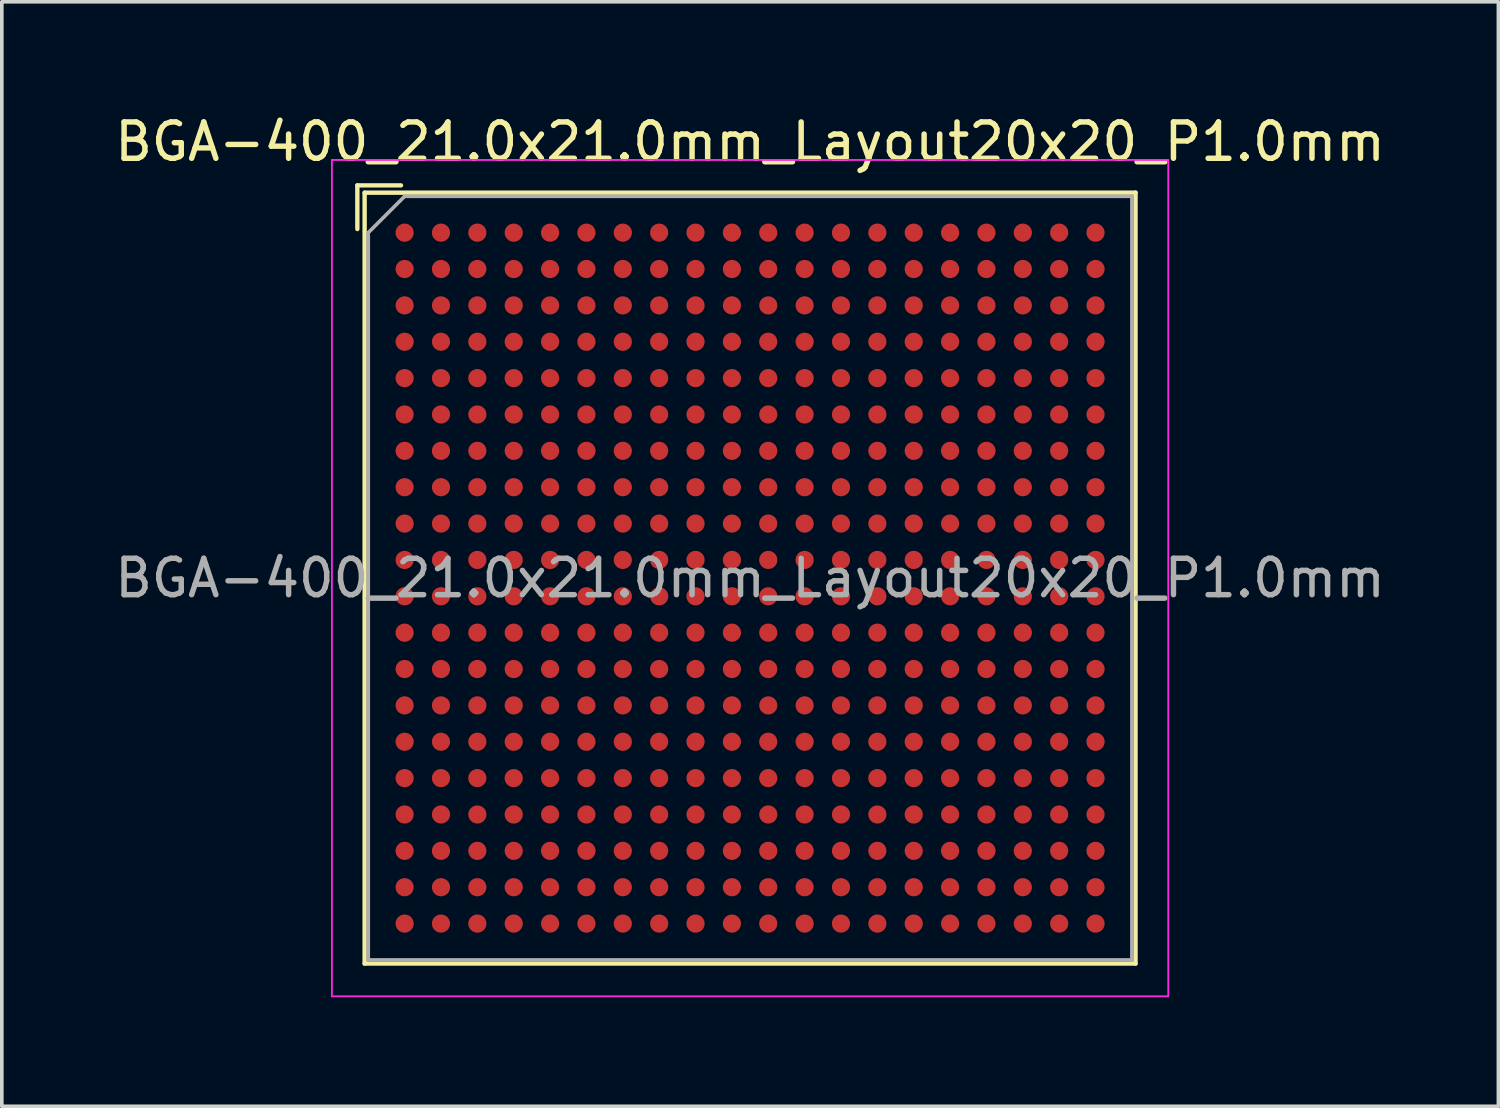
<source format=kicad_pcb>
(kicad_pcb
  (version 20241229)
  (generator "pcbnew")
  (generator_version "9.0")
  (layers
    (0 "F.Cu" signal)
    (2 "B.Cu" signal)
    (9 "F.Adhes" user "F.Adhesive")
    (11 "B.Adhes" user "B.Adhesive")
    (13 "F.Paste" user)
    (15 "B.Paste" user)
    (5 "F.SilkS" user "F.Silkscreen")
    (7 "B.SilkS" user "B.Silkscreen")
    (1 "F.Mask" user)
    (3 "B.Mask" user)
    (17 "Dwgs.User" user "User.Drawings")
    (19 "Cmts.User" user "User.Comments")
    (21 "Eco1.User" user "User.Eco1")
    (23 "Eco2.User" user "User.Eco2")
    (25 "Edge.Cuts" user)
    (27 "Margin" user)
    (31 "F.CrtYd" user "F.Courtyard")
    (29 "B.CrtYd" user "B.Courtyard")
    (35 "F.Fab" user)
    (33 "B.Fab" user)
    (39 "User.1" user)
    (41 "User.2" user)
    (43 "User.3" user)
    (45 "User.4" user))
  (footprint "BGA-400_21.0x21.0mm_Layout20x20_P1.0mm"
    (layer "F.Cu")
    (at 17.577 12.848)
    (property "Reference" "BGA-400_21.0x21.0mm_Layout20x20_P1.0mm" (at 0 -12 0) (layer "F.SilkS") (effects (font (size 1 1) (thickness 0.15))))
    (attr smd)
    (fp_line (start -10.8 -10.8) (end -9.6 -10.8) (stroke (width 0.12) (type solid)) (layer "F.SilkS"))
    (fp_line (start -10.8 -9.6) (end -10.8 -10.8) (stroke (width 0.12) (type solid)) (layer "F.SilkS"))
    (fp_line (start -10.6 -10.6) (end 10.6 -10.6) (stroke (width 0.12) (type solid)) (layer "F.SilkS"))
    (fp_line (start -10.6 10.6) (end -10.6 -10.6) (stroke (width 0.12) (type solid)) (layer "F.SilkS"))
    (fp_line (start 10.6 -10.6) (end 10.6 10.6) (stroke (width 0.12) (type solid)) (layer "F.SilkS"))
    (fp_line (start 10.6 10.6) (end -10.6 10.6) (stroke (width 0.12) (type solid)) (layer "F.SilkS"))
    (fp_line (start -11.5 -11.5) (end -11.5 11.5) (stroke (width 0.05) (type solid)) (layer "F.CrtYd"))
    (fp_line (start -11.5 -11.5) (end 11.5 -11.5) (stroke (width 0.05) (type solid)) (layer "F.CrtYd"))
    (fp_line (start 11.5 11.5) (end -11.5 11.5) (stroke (width 0.05) (type solid)) (layer "F.CrtYd"))
    (fp_line (start 11.5 11.5) (end 11.5 -11.5) (stroke (width 0.05) (type solid)) (layer "F.CrtYd"))
    (fp_line (start -10.5 -9.5) (end -9.5 -10.5) (stroke (width 0.1) (type solid)) (layer "F.Fab"))
    (fp_line (start -10.5 10.5) (end -10.5 -9.5) (stroke (width 0.1) (type solid)) (layer "F.Fab"))
    (fp_line (start -9.5 -10.5) (end 10.5 -10.5) (stroke (width 0.1) (type solid)) (layer "F.Fab"))
    (fp_line (start 10.5 -10.5) (end 10.5 10.5) (stroke (width 0.1) (type solid)) (layer "F.Fab"))
    (fp_line (start 10.5 10.5) (end -10.5 10.5) (stroke (width 0.1) (type solid)) (layer "F.Fab"))
    (fp_text user "${REFERENCE}" (at 0 0 0) (layer "F.Fab") (effects (font (size 1 1) (thickness 0.15))))
    (pad "A1" smd circle (at -9.5 -9.5) (size 0.5 0.5) (layers "F.Cu" "F.Mask" "F.Paste"))
    (pad "A2" smd circle (at -8.5 -9.5) (size 0.5 0.5) (layers "F.Cu" "F.Mask" "F.Paste"))
    (pad "A3" smd circle (at -7.5 -9.5) (size 0.5 0.5) (layers "F.Cu" "F.Mask" "F.Paste"))
    (pad "A4" smd circle (at -6.5 -9.5) (size 0.5 0.5) (layers "F.Cu" "F.Mask" "F.Paste"))
    (pad "A5" smd circle (at -5.5 -9.5) (size 0.5 0.5) (layers "F.Cu" "F.Mask" "F.Paste"))
    (pad "A6" smd circle (at -4.5 -9.5) (size 0.5 0.5) (layers "F.Cu" "F.Mask" "F.Paste"))
    (pad "A7" smd circle (at -3.5 -9.5) (size 0.5 0.5) (layers "F.Cu" "F.Mask" "F.Paste"))
    (pad "A8" smd circle (at -2.5 -9.5) (size 0.5 0.5) (layers "F.Cu" "F.Mask" "F.Paste"))
    (pad "A9" smd circle (at -1.5 -9.5) (size 0.5 0.5) (layers "F.Cu" "F.Mask" "F.Paste"))
    (pad "A10" smd circle (at -0.5 -9.5) (size 0.5 0.5) (layers "F.Cu" "F.Mask" "F.Paste"))
    (pad "A11" smd circle (at 0.5 -9.5) (size 0.5 0.5) (layers "F.Cu" "F.Mask" "F.Paste"))
    (pad "A12" smd circle (at 1.5 -9.5) (size 0.5 0.5) (layers "F.Cu" "F.Mask" "F.Paste"))
    (pad "A13" smd circle (at 2.5 -9.5) (size 0.5 0.5) (layers "F.Cu" "F.Mask" "F.Paste"))
    (pad "A14" smd circle (at 3.5 -9.5) (size 0.5 0.5) (layers "F.Cu" "F.Mask" "F.Paste"))
    (pad "A15" smd circle (at 4.5 -9.5) (size 0.5 0.5) (layers "F.Cu" "F.Mask" "F.Paste"))
    (pad "A16" smd circle (at 5.5 -9.5) (size 0.5 0.5) (layers "F.Cu" "F.Mask" "F.Paste"))
    (pad "A17" smd circle (at 6.5 -9.5) (size 0.5 0.5) (layers "F.Cu" "F.Mask" "F.Paste"))
    (pad "A18" smd circle (at 7.5 -9.5) (size 0.5 0.5) (layers "F.Cu" "F.Mask" "F.Paste"))
    (pad "A19" smd circle (at 8.5 -9.5) (size 0.5 0.5) (layers "F.Cu" "F.Mask" "F.Paste"))
    (pad "A20" smd circle (at 9.5 -9.5) (size 0.5 0.5) (layers "F.Cu" "F.Mask" "F.Paste"))
    (pad "B1" smd circle (at -9.5 -8.5) (size 0.5 0.5) (layers "F.Cu" "F.Mask" "F.Paste"))
    (pad "B2" smd circle (at -8.5 -8.5) (size 0.5 0.5) (layers "F.Cu" "F.Mask" "F.Paste"))
    (pad "B3" smd circle (at -7.5 -8.5) (size 0.5 0.5) (layers "F.Cu" "F.Mask" "F.Paste"))
    (pad "B4" smd circle (at -6.5 -8.5) (size 0.5 0.5) (layers "F.Cu" "F.Mask" "F.Paste"))
    (pad "B5" smd circle (at -5.5 -8.5) (size 0.5 0.5) (layers "F.Cu" "F.Mask" "F.Paste"))
    (pad "B6" smd circle (at -4.5 -8.5) (size 0.5 0.5) (layers "F.Cu" "F.Mask" "F.Paste"))
    (pad "B7" smd circle (at -3.5 -8.5) (size 0.5 0.5) (layers "F.Cu" "F.Mask" "F.Paste"))
    (pad "B8" smd circle (at -2.5 -8.5) (size 0.5 0.5) (layers "F.Cu" "F.Mask" "F.Paste"))
    (pad "B9" smd circle (at -1.5 -8.5) (size 0.5 0.5) (layers "F.Cu" "F.Mask" "F.Paste"))
    (pad "B10" smd circle (at -0.5 -8.5) (size 0.5 0.5) (layers "F.Cu" "F.Mask" "F.Paste"))
    (pad "B11" smd circle (at 0.5 -8.5) (size 0.5 0.5) (layers "F.Cu" "F.Mask" "F.Paste"))
    (pad "B12" smd circle (at 1.5 -8.5) (size 0.5 0.5) (layers "F.Cu" "F.Mask" "F.Paste"))
    (pad "B13" smd circle (at 2.5 -8.5) (size 0.5 0.5) (layers "F.Cu" "F.Mask" "F.Paste"))
    (pad "B14" smd circle (at 3.5 -8.5) (size 0.5 0.5) (layers "F.Cu" "F.Mask" "F.Paste"))
    (pad "B15" smd circle (at 4.5 -8.5) (size 0.5 0.5) (layers "F.Cu" "F.Mask" "F.Paste"))
    (pad "B16" smd circle (at 5.5 -8.5) (size 0.5 0.5) (layers "F.Cu" "F.Mask" "F.Paste"))
    (pad "B17" smd circle (at 6.5 -8.5) (size 0.5 0.5) (layers "F.Cu" "F.Mask" "F.Paste"))
    (pad "B18" smd circle (at 7.5 -8.5) (size 0.5 0.5) (layers "F.Cu" "F.Mask" "F.Paste"))
    (pad "B19" smd circle (at 8.5 -8.5) (size 0.5 0.5) (layers "F.Cu" "F.Mask" "F.Paste"))
    (pad "B20" smd circle (at 9.5 -8.5) (size 0.5 0.5) (layers "F.Cu" "F.Mask" "F.Paste"))
    (pad "C1" smd circle (at -9.5 -7.5) (size 0.5 0.5) (layers "F.Cu" "F.Mask" "F.Paste"))
    (pad "C2" smd circle (at -8.5 -7.5) (size 0.5 0.5) (layers "F.Cu" "F.Mask" "F.Paste"))
    (pad "C3" smd circle (at -7.5 -7.5) (size 0.5 0.5) (layers "F.Cu" "F.Mask" "F.Paste"))
    (pad "C4" smd circle (at -6.5 -7.5) (size 0.5 0.5) (layers "F.Cu" "F.Mask" "F.Paste"))
    (pad "C5" smd circle (at -5.5 -7.5) (size 0.5 0.5) (layers "F.Cu" "F.Mask" "F.Paste"))
    (pad "C6" smd circle (at -4.5 -7.5) (size 0.5 0.5) (layers "F.Cu" "F.Mask" "F.Paste"))
    (pad "C7" smd circle (at -3.5 -7.5) (size 0.5 0.5) (layers "F.Cu" "F.Mask" "F.Paste"))
    (pad "C8" smd circle (at -2.5 -7.5) (size 0.5 0.5) (layers "F.Cu" "F.Mask" "F.Paste"))
    (pad "C9" smd circle (at -1.5 -7.5) (size 0.5 0.5) (layers "F.Cu" "F.Mask" "F.Paste"))
    (pad "C10" smd circle (at -0.5 -7.5) (size 0.5 0.5) (layers "F.Cu" "F.Mask" "F.Paste"))
    (pad "C11" smd circle (at 0.5 -7.5) (size 0.5 0.5) (layers "F.Cu" "F.Mask" "F.Paste"))
    (pad "C12" smd circle (at 1.5 -7.5) (size 0.5 0.5) (layers "F.Cu" "F.Mask" "F.Paste"))
    (pad "C13" smd circle (at 2.5 -7.5) (size 0.5 0.5) (layers "F.Cu" "F.Mask" "F.Paste"))
    (pad "C14" smd circle (at 3.5 -7.5) (size 0.5 0.5) (layers "F.Cu" "F.Mask" "F.Paste"))
    (pad "C15" smd circle (at 4.5 -7.5) (size 0.5 0.5) (layers "F.Cu" "F.Mask" "F.Paste"))
    (pad "C16" smd circle (at 5.5 -7.5) (size 0.5 0.5) (layers "F.Cu" "F.Mask" "F.Paste"))
    (pad "C17" smd circle (at 6.5 -7.5) (size 0.5 0.5) (layers "F.Cu" "F.Mask" "F.Paste"))
    (pad "C18" smd circle (at 7.5 -7.5) (size 0.5 0.5) (layers "F.Cu" "F.Mask" "F.Paste"))
    (pad "C19" smd circle (at 8.5 -7.5) (size 0.5 0.5) (layers "F.Cu" "F.Mask" "F.Paste"))
    (pad "C20" smd circle (at 9.5 -7.5) (size 0.5 0.5) (layers "F.Cu" "F.Mask" "F.Paste"))
    (pad "D1" smd circle (at -9.5 -6.5) (size 0.5 0.5) (layers "F.Cu" "F.Mask" "F.Paste"))
    (pad "D2" smd circle (at -8.5 -6.5) (size 0.5 0.5) (layers "F.Cu" "F.Mask" "F.Paste"))
    (pad "D3" smd circle (at -7.5 -6.5) (size 0.5 0.5) (layers "F.Cu" "F.Mask" "F.Paste"))
    (pad "D4" smd circle (at -6.5 -6.5) (size 0.5 0.5) (layers "F.Cu" "F.Mask" "F.Paste"))
    (pad "D5" smd circle (at -5.5 -6.5) (size 0.5 0.5) (layers "F.Cu" "F.Mask" "F.Paste"))
    (pad "D6" smd circle (at -4.5 -6.5) (size 0.5 0.5) (layers "F.Cu" "F.Mask" "F.Paste"))
    (pad "D7" smd circle (at -3.5 -6.5) (size 0.5 0.5) (layers "F.Cu" "F.Mask" "F.Paste"))
    (pad "D8" smd circle (at -2.5 -6.5) (size 0.5 0.5) (layers "F.Cu" "F.Mask" "F.Paste"))
    (pad "D9" smd circle (at -1.5 -6.5) (size 0.5 0.5) (layers "F.Cu" "F.Mask" "F.Paste"))
    (pad "D10" smd circle (at -0.5 -6.5) (size 0.5 0.5) (layers "F.Cu" "F.Mask" "F.Paste"))
    (pad "D11" smd circle (at 0.5 -6.5) (size 0.5 0.5) (layers "F.Cu" "F.Mask" "F.Paste"))
    (pad "D12" smd circle (at 1.5 -6.5) (size 0.5 0.5) (layers "F.Cu" "F.Mask" "F.Paste"))
    (pad "D13" smd circle (at 2.5 -6.5) (size 0.5 0.5) (layers "F.Cu" "F.Mask" "F.Paste"))
    (pad "D14" smd circle (at 3.5 -6.5) (size 0.5 0.5) (layers "F.Cu" "F.Mask" "F.Paste"))
    (pad "D15" smd circle (at 4.5 -6.5) (size 0.5 0.5) (layers "F.Cu" "F.Mask" "F.Paste"))
    (pad "D16" smd circle (at 5.5 -6.5) (size 0.5 0.5) (layers "F.Cu" "F.Mask" "F.Paste"))
    (pad "D17" smd circle (at 6.5 -6.5) (size 0.5 0.5) (layers "F.Cu" "F.Mask" "F.Paste"))
    (pad "D18" smd circle (at 7.5 -6.5) (size 0.5 0.5) (layers "F.Cu" "F.Mask" "F.Paste"))
    (pad "D19" smd circle (at 8.5 -6.5) (size 0.5 0.5) (layers "F.Cu" "F.Mask" "F.Paste"))
    (pad "D20" smd circle (at 9.5 -6.5) (size 0.5 0.5) (layers "F.Cu" "F.Mask" "F.Paste"))
    (pad "E1" smd circle (at -9.5 -5.5) (size 0.5 0.5) (layers "F.Cu" "F.Mask" "F.Paste"))
    (pad "E2" smd circle (at -8.5 -5.5) (size 0.5 0.5) (layers "F.Cu" "F.Mask" "F.Paste"))
    (pad "E3" smd circle (at -7.5 -5.5) (size 0.5 0.5) (layers "F.Cu" "F.Mask" "F.Paste"))
    (pad "E4" smd circle (at -6.5 -5.5) (size 0.5 0.5) (layers "F.Cu" "F.Mask" "F.Paste"))
    (pad "E5" smd circle (at -5.5 -5.5) (size 0.5 0.5) (layers "F.Cu" "F.Mask" "F.Paste"))
    (pad "E6" smd circle (at -4.5 -5.5) (size 0.5 0.5) (layers "F.Cu" "F.Mask" "F.Paste"))
    (pad "E7" smd circle (at -3.5 -5.5) (size 0.5 0.5) (layers "F.Cu" "F.Mask" "F.Paste"))
    (pad "E8" smd circle (at -2.5 -5.5) (size 0.5 0.5) (layers "F.Cu" "F.Mask" "F.Paste"))
    (pad "E9" smd circle (at -1.5 -5.5) (size 0.5 0.5) (layers "F.Cu" "F.Mask" "F.Paste"))
    (pad "E10" smd circle (at -0.5 -5.5) (size 0.5 0.5) (layers "F.Cu" "F.Mask" "F.Paste"))
    (pad "E11" smd circle (at 0.5 -5.5) (size 0.5 0.5) (layers "F.Cu" "F.Mask" "F.Paste"))
    (pad "E12" smd circle (at 1.5 -5.5) (size 0.5 0.5) (layers "F.Cu" "F.Mask" "F.Paste"))
    (pad "E13" smd circle (at 2.5 -5.5) (size 0.5 0.5) (layers "F.Cu" "F.Mask" "F.Paste"))
    (pad "E14" smd circle (at 3.5 -5.5) (size 0.5 0.5) (layers "F.Cu" "F.Mask" "F.Paste"))
    (pad "E15" smd circle (at 4.5 -5.5) (size 0.5 0.5) (layers "F.Cu" "F.Mask" "F.Paste"))
    (pad "E16" smd circle (at 5.5 -5.5) (size 0.5 0.5) (layers "F.Cu" "F.Mask" "F.Paste"))
    (pad "E17" smd circle (at 6.5 -5.5) (size 0.5 0.5) (layers "F.Cu" "F.Mask" "F.Paste"))
    (pad "E18" smd circle (at 7.5 -5.5) (size 0.5 0.5) (layers "F.Cu" "F.Mask" "F.Paste"))
    (pad "E19" smd circle (at 8.5 -5.5) (size 0.5 0.5) (layers "F.Cu" "F.Mask" "F.Paste"))
    (pad "E20" smd circle (at 9.5 -5.5) (size 0.5 0.5) (layers "F.Cu" "F.Mask" "F.Paste"))
    (pad "F1" smd circle (at -9.5 -4.5) (size 0.5 0.5) (layers "F.Cu" "F.Mask" "F.Paste"))
    (pad "F2" smd circle (at -8.5 -4.5) (size 0.5 0.5) (layers "F.Cu" "F.Mask" "F.Paste"))
    (pad "F3" smd circle (at -7.5 -4.5) (size 0.5 0.5) (layers "F.Cu" "F.Mask" "F.Paste"))
    (pad "F4" smd circle (at -6.5 -4.5) (size 0.5 0.5) (layers "F.Cu" "F.Mask" "F.Paste"))
    (pad "F5" smd circle (at -5.5 -4.5) (size 0.5 0.5) (layers "F.Cu" "F.Mask" "F.Paste"))
    (pad "F6" smd circle (at -4.5 -4.5) (size 0.5 0.5) (layers "F.Cu" "F.Mask" "F.Paste"))
    (pad "F7" smd circle (at -3.5 -4.5) (size 0.5 0.5) (layers "F.Cu" "F.Mask" "F.Paste"))
    (pad "F8" smd circle (at -2.5 -4.5) (size 0.5 0.5) (layers "F.Cu" "F.Mask" "F.Paste"))
    (pad "F9" smd circle (at -1.5 -4.5) (size 0.5 0.5) (layers "F.Cu" "F.Mask" "F.Paste"))
    (pad "F10" smd circle (at -0.5 -4.5) (size 0.5 0.5) (layers "F.Cu" "F.Mask" "F.Paste"))
    (pad "F11" smd circle (at 0.5 -4.5) (size 0.5 0.5) (layers "F.Cu" "F.Mask" "F.Paste"))
    (pad "F12" smd circle (at 1.5 -4.5) (size 0.5 0.5) (layers "F.Cu" "F.Mask" "F.Paste"))
    (pad "F13" smd circle (at 2.5 -4.5) (size 0.5 0.5) (layers "F.Cu" "F.Mask" "F.Paste"))
    (pad "F14" smd circle (at 3.5 -4.5) (size 0.5 0.5) (layers "F.Cu" "F.Mask" "F.Paste"))
    (pad "F15" smd circle (at 4.5 -4.5) (size 0.5 0.5) (layers "F.Cu" "F.Mask" "F.Paste"))
    (pad "F16" smd circle (at 5.5 -4.5) (size 0.5 0.5) (layers "F.Cu" "F.Mask" "F.Paste"))
    (pad "F17" smd circle (at 6.5 -4.5) (size 0.5 0.5) (layers "F.Cu" "F.Mask" "F.Paste"))
    (pad "F18" smd circle (at 7.5 -4.5) (size 0.5 0.5) (layers "F.Cu" "F.Mask" "F.Paste"))
    (pad "F19" smd circle (at 8.5 -4.5) (size 0.5 0.5) (layers "F.Cu" "F.Mask" "F.Paste"))
    (pad "F20" smd circle (at 9.5 -4.5) (size 0.5 0.5) (layers "F.Cu" "F.Mask" "F.Paste"))
    (pad "G1" smd circle (at -9.5 -3.5) (size 0.5 0.5) (layers "F.Cu" "F.Mask" "F.Paste"))
    (pad "G2" smd circle (at -8.5 -3.5) (size 0.5 0.5) (layers "F.Cu" "F.Mask" "F.Paste"))
    (pad "G3" smd circle (at -7.5 -3.5) (size 0.5 0.5) (layers "F.Cu" "F.Mask" "F.Paste"))
    (pad "G4" smd circle (at -6.5 -3.5) (size 0.5 0.5) (layers "F.Cu" "F.Mask" "F.Paste"))
    (pad "G5" smd circle (at -5.5 -3.5) (size 0.5 0.5) (layers "F.Cu" "F.Mask" "F.Paste"))
    (pad "G6" smd circle (at -4.5 -3.5) (size 0.5 0.5) (layers "F.Cu" "F.Mask" "F.Paste"))
    (pad "G7" smd circle (at -3.5 -3.5) (size 0.5 0.5) (layers "F.Cu" "F.Mask" "F.Paste"))
    (pad "G8" smd circle (at -2.5 -3.5) (size 0.5 0.5) (layers "F.Cu" "F.Mask" "F.Paste"))
    (pad "G9" smd circle (at -1.5 -3.5) (size 0.5 0.5) (layers "F.Cu" "F.Mask" "F.Paste"))
    (pad "G10" smd circle (at -0.5 -3.5) (size 0.5 0.5) (layers "F.Cu" "F.Mask" "F.Paste"))
    (pad "G11" smd circle (at 0.5 -3.5) (size 0.5 0.5) (layers "F.Cu" "F.Mask" "F.Paste"))
    (pad "G12" smd circle (at 1.5 -3.5) (size 0.5 0.5) (layers "F.Cu" "F.Mask" "F.Paste"))
    (pad "G13" smd circle (at 2.5 -3.5) (size 0.5 0.5) (layers "F.Cu" "F.Mask" "F.Paste"))
    (pad "G14" smd circle (at 3.5 -3.5) (size 0.5 0.5) (layers "F.Cu" "F.Mask" "F.Paste"))
    (pad "G15" smd circle (at 4.5 -3.5) (size 0.5 0.5) (layers "F.Cu" "F.Mask" "F.Paste"))
    (pad "G16" smd circle (at 5.5 -3.5) (size 0.5 0.5) (layers "F.Cu" "F.Mask" "F.Paste"))
    (pad "G17" smd circle (at 6.5 -3.5) (size 0.5 0.5) (layers "F.Cu" "F.Mask" "F.Paste"))
    (pad "G18" smd circle (at 7.5 -3.5) (size 0.5 0.5) (layers "F.Cu" "F.Mask" "F.Paste"))
    (pad "G19" smd circle (at 8.5 -3.5) (size 0.5 0.5) (layers "F.Cu" "F.Mask" "F.Paste"))
    (pad "G20" smd circle (at 9.5 -3.5) (size 0.5 0.5) (layers "F.Cu" "F.Mask" "F.Paste"))
    (pad "H1" smd circle (at -9.5 -2.5) (size 0.5 0.5) (layers "F.Cu" "F.Mask" "F.Paste"))
    (pad "H2" smd circle (at -8.5 -2.5) (size 0.5 0.5) (layers "F.Cu" "F.Mask" "F.Paste"))
    (pad "H3" smd circle (at -7.5 -2.5) (size 0.5 0.5) (layers "F.Cu" "F.Mask" "F.Paste"))
    (pad "H4" smd circle (at -6.5 -2.5) (size 0.5 0.5) (layers "F.Cu" "F.Mask" "F.Paste"))
    (pad "H5" smd circle (at -5.5 -2.5) (size 0.5 0.5) (layers "F.Cu" "F.Mask" "F.Paste"))
    (pad "H6" smd circle (at -4.5 -2.5) (size 0.5 0.5) (layers "F.Cu" "F.Mask" "F.Paste"))
    (pad "H7" smd circle (at -3.5 -2.5) (size 0.5 0.5) (layers "F.Cu" "F.Mask" "F.Paste"))
    (pad "H8" smd circle (at -2.5 -2.5) (size 0.5 0.5) (layers "F.Cu" "F.Mask" "F.Paste"))
    (pad "H9" smd circle (at -1.5 -2.5) (size 0.5 0.5) (layers "F.Cu" "F.Mask" "F.Paste"))
    (pad "H10" smd circle (at -0.5 -2.5) (size 0.5 0.5) (layers "F.Cu" "F.Mask" "F.Paste"))
    (pad "H11" smd circle (at 0.5 -2.5) (size 0.5 0.5) (layers "F.Cu" "F.Mask" "F.Paste"))
    (pad "H12" smd circle (at 1.5 -2.5) (size 0.5 0.5) (layers "F.Cu" "F.Mask" "F.Paste"))
    (pad "H13" smd circle (at 2.5 -2.5) (size 0.5 0.5) (layers "F.Cu" "F.Mask" "F.Paste"))
    (pad "H14" smd circle (at 3.5 -2.5) (size 0.5 0.5) (layers "F.Cu" "F.Mask" "F.Paste"))
    (pad "H15" smd circle (at 4.5 -2.5) (size 0.5 0.5) (layers "F.Cu" "F.Mask" "F.Paste"))
    (pad "H16" smd circle (at 5.5 -2.5) (size 0.5 0.5) (layers "F.Cu" "F.Mask" "F.Paste"))
    (pad "H17" smd circle (at 6.5 -2.5) (size 0.5 0.5) (layers "F.Cu" "F.Mask" "F.Paste"))
    (pad "H18" smd circle (at 7.5 -2.5) (size 0.5 0.5) (layers "F.Cu" "F.Mask" "F.Paste"))
    (pad "H19" smd circle (at 8.5 -2.5) (size 0.5 0.5) (layers "F.Cu" "F.Mask" "F.Paste"))
    (pad "H20" smd circle (at 9.5 -2.5) (size 0.5 0.5) (layers "F.Cu" "F.Mask" "F.Paste"))
    (pad "J1" smd circle (at -9.5 -1.5) (size 0.5 0.5) (layers "F.Cu" "F.Mask" "F.Paste"))
    (pad "J2" smd circle (at -8.5 -1.5) (size 0.5 0.5) (layers "F.Cu" "F.Mask" "F.Paste"))
    (pad "J3" smd circle (at -7.5 -1.5) (size 0.5 0.5) (layers "F.Cu" "F.Mask" "F.Paste"))
    (pad "J4" smd circle (at -6.5 -1.5) (size 0.5 0.5) (layers "F.Cu" "F.Mask" "F.Paste"))
    (pad "J5" smd circle (at -5.5 -1.5) (size 0.5 0.5) (layers "F.Cu" "F.Mask" "F.Paste"))
    (pad "J6" smd circle (at -4.5 -1.5) (size 0.5 0.5) (layers "F.Cu" "F.Mask" "F.Paste"))
    (pad "J7" smd circle (at -3.5 -1.5) (size 0.5 0.5) (layers "F.Cu" "F.Mask" "F.Paste"))
    (pad "J8" smd circle (at -2.5 -1.5) (size 0.5 0.5) (layers "F.Cu" "F.Mask" "F.Paste"))
    (pad "J9" smd circle (at -1.5 -1.5) (size 0.5 0.5) (layers "F.Cu" "F.Mask" "F.Paste"))
    (pad "J10" smd circle (at -0.5 -1.5) (size 0.5 0.5) (layers "F.Cu" "F.Mask" "F.Paste"))
    (pad "J11" smd circle (at 0.5 -1.5) (size 0.5 0.5) (layers "F.Cu" "F.Mask" "F.Paste"))
    (pad "J12" smd circle (at 1.5 -1.5) (size 0.5 0.5) (layers "F.Cu" "F.Mask" "F.Paste"))
    (pad "J13" smd circle (at 2.5 -1.5) (size 0.5 0.5) (layers "F.Cu" "F.Mask" "F.Paste"))
    (pad "J14" smd circle (at 3.5 -1.5) (size 0.5 0.5) (layers "F.Cu" "F.Mask" "F.Paste"))
    (pad "J15" smd circle (at 4.5 -1.5) (size 0.5 0.5) (layers "F.Cu" "F.Mask" "F.Paste"))
    (pad "J16" smd circle (at 5.5 -1.5) (size 0.5 0.5) (layers "F.Cu" "F.Mask" "F.Paste"))
    (pad "J17" smd circle (at 6.5 -1.5) (size 0.5 0.5) (layers "F.Cu" "F.Mask" "F.Paste"))
    (pad "J18" smd circle (at 7.5 -1.5) (size 0.5 0.5) (layers "F.Cu" "F.Mask" "F.Paste"))
    (pad "J19" smd circle (at 8.5 -1.5) (size 0.5 0.5) (layers "F.Cu" "F.Mask" "F.Paste"))
    (pad "J20" smd circle (at 9.5 -1.5) (size 0.5 0.5) (layers "F.Cu" "F.Mask" "F.Paste"))
    (pad "K1" smd circle (at -9.5 -0.5) (size 0.5 0.5) (layers "F.Cu" "F.Mask" "F.Paste"))
    (pad "K2" smd circle (at -8.5 -0.5) (size 0.5 0.5) (layers "F.Cu" "F.Mask" "F.Paste"))
    (pad "K3" smd circle (at -7.5 -0.5) (size 0.5 0.5) (layers "F.Cu" "F.Mask" "F.Paste"))
    (pad "K4" smd circle (at -6.5 -0.5) (size 0.5 0.5) (layers "F.Cu" "F.Mask" "F.Paste"))
    (pad "K5" smd circle (at -5.5 -0.5) (size 0.5 0.5) (layers "F.Cu" "F.Mask" "F.Paste"))
    (pad "K6" smd circle (at -4.5 -0.5) (size 0.5 0.5) (layers "F.Cu" "F.Mask" "F.Paste"))
    (pad "K7" smd circle (at -3.5 -0.5) (size 0.5 0.5) (layers "F.Cu" "F.Mask" "F.Paste"))
    (pad "K8" smd circle (at -2.5 -0.5) (size 0.5 0.5) (layers "F.Cu" "F.Mask" "F.Paste"))
    (pad "K9" smd circle (at -1.5 -0.5) (size 0.5 0.5) (layers "F.Cu" "F.Mask" "F.Paste"))
    (pad "K10" smd circle (at -0.5 -0.5) (size 0.5 0.5) (layers "F.Cu" "F.Mask" "F.Paste"))
    (pad "K11" smd circle (at 0.5 -0.5) (size 0.5 0.5) (layers "F.Cu" "F.Mask" "F.Paste"))
    (pad "K12" smd circle (at 1.5 -0.5) (size 0.5 0.5) (layers "F.Cu" "F.Mask" "F.Paste"))
    (pad "K13" smd circle (at 2.5 -0.5) (size 0.5 0.5) (layers "F.Cu" "F.Mask" "F.Paste"))
    (pad "K14" smd circle (at 3.5 -0.5) (size 0.5 0.5) (layers "F.Cu" "F.Mask" "F.Paste"))
    (pad "K15" smd circle (at 4.5 -0.5) (size 0.5 0.5) (layers "F.Cu" "F.Mask" "F.Paste"))
    (pad "K16" smd circle (at 5.5 -0.5) (size 0.5 0.5) (layers "F.Cu" "F.Mask" "F.Paste"))
    (pad "K17" smd circle (at 6.5 -0.5) (size 0.5 0.5) (layers "F.Cu" "F.Mask" "F.Paste"))
    (pad "K18" smd circle (at 7.5 -0.5) (size 0.5 0.5) (layers "F.Cu" "F.Mask" "F.Paste"))
    (pad "K19" smd circle (at 8.5 -0.5) (size 0.5 0.5) (layers "F.Cu" "F.Mask" "F.Paste"))
    (pad "K20" smd circle (at 9.5 -0.5) (size 0.5 0.5) (layers "F.Cu" "F.Mask" "F.Paste"))
    (pad "L1" smd circle (at -9.5 0.5) (size 0.5 0.5) (layers "F.Cu" "F.Mask" "F.Paste"))
    (pad "L2" smd circle (at -8.5 0.5) (size 0.5 0.5) (layers "F.Cu" "F.Mask" "F.Paste"))
    (pad "L3" smd circle (at -7.5 0.5) (size 0.5 0.5) (layers "F.Cu" "F.Mask" "F.Paste"))
    (pad "L4" smd circle (at -6.5 0.5) (size 0.5 0.5) (layers "F.Cu" "F.Mask" "F.Paste"))
    (pad "L5" smd circle (at -5.5 0.5) (size 0.5 0.5) (layers "F.Cu" "F.Mask" "F.Paste"))
    (pad "L6" smd circle (at -4.5 0.5) (size 0.5 0.5) (layers "F.Cu" "F.Mask" "F.Paste"))
    (pad "L7" smd circle (at -3.5 0.5) (size 0.5 0.5) (layers "F.Cu" "F.Mask" "F.Paste"))
    (pad "L8" smd circle (at -2.5 0.5) (size 0.5 0.5) (layers "F.Cu" "F.Mask" "F.Paste"))
    (pad "L9" smd circle (at -1.5 0.5) (size 0.5 0.5) (layers "F.Cu" "F.Mask" "F.Paste"))
    (pad "L10" smd circle (at -0.5 0.5) (size 0.5 0.5) (layers "F.Cu" "F.Mask" "F.Paste"))
    (pad "L11" smd circle (at 0.5 0.5) (size 0.5 0.5) (layers "F.Cu" "F.Mask" "F.Paste"))
    (pad "L12" smd circle (at 1.5 0.5) (size 0.5 0.5) (layers "F.Cu" "F.Mask" "F.Paste"))
    (pad "L13" smd circle (at 2.5 0.5) (size 0.5 0.5) (layers "F.Cu" "F.Mask" "F.Paste"))
    (pad "L14" smd circle (at 3.5 0.5) (size 0.5 0.5) (layers "F.Cu" "F.Mask" "F.Paste"))
    (pad "L15" smd circle (at 4.5 0.5) (size 0.5 0.5) (layers "F.Cu" "F.Mask" "F.Paste"))
    (pad "L16" smd circle (at 5.5 0.5) (size 0.5 0.5) (layers "F.Cu" "F.Mask" "F.Paste"))
    (pad "L17" smd circle (at 6.5 0.5) (size 0.5 0.5) (layers "F.Cu" "F.Mask" "F.Paste"))
    (pad "L18" smd circle (at 7.5 0.5) (size 0.5 0.5) (layers "F.Cu" "F.Mask" "F.Paste"))
    (pad "L19" smd circle (at 8.5 0.5) (size 0.5 0.5) (layers "F.Cu" "F.Mask" "F.Paste"))
    (pad "L20" smd circle (at 9.5 0.5) (size 0.5 0.5) (layers "F.Cu" "F.Mask" "F.Paste"))
    (pad "M1" smd circle (at -9.5 1.5) (size 0.5 0.5) (layers "F.Cu" "F.Mask" "F.Paste"))
    (pad "M2" smd circle (at -8.5 1.5) (size 0.5 0.5) (layers "F.Cu" "F.Mask" "F.Paste"))
    (pad "M3" smd circle (at -7.5 1.5) (size 0.5 0.5) (layers "F.Cu" "F.Mask" "F.Paste"))
    (pad "M4" smd circle (at -6.5 1.5) (size 0.5 0.5) (layers "F.Cu" "F.Mask" "F.Paste"))
    (pad "M5" smd circle (at -5.5 1.5) (size 0.5 0.5) (layers "F.Cu" "F.Mask" "F.Paste"))
    (pad "M6" smd circle (at -4.5 1.5) (size 0.5 0.5) (layers "F.Cu" "F.Mask" "F.Paste"))
    (pad "M7" smd circle (at -3.5 1.5) (size 0.5 0.5) (layers "F.Cu" "F.Mask" "F.Paste"))
    (pad "M8" smd circle (at -2.5 1.5) (size 0.5 0.5) (layers "F.Cu" "F.Mask" "F.Paste"))
    (pad "M9" smd circle (at -1.5 1.5) (size 0.5 0.5) (layers "F.Cu" "F.Mask" "F.Paste"))
    (pad "M10" smd circle (at -0.5 1.5) (size 0.5 0.5) (layers "F.Cu" "F.Mask" "F.Paste"))
    (pad "M11" smd circle (at 0.5 1.5) (size 0.5 0.5) (layers "F.Cu" "F.Mask" "F.Paste"))
    (pad "M12" smd circle (at 1.5 1.5) (size 0.5 0.5) (layers "F.Cu" "F.Mask" "F.Paste"))
    (pad "M13" smd circle (at 2.5 1.5) (size 0.5 0.5) (layers "F.Cu" "F.Mask" "F.Paste"))
    (pad "M14" smd circle (at 3.5 1.5) (size 0.5 0.5) (layers "F.Cu" "F.Mask" "F.Paste"))
    (pad "M15" smd circle (at 4.5 1.5) (size 0.5 0.5) (layers "F.Cu" "F.Mask" "F.Paste"))
    (pad "M16" smd circle (at 5.5 1.5) (size 0.5 0.5) (layers "F.Cu" "F.Mask" "F.Paste"))
    (pad "M17" smd circle (at 6.5 1.5) (size 0.5 0.5) (layers "F.Cu" "F.Mask" "F.Paste"))
    (pad "M18" smd circle (at 7.5 1.5) (size 0.5 0.5) (layers "F.Cu" "F.Mask" "F.Paste"))
    (pad "M19" smd circle (at 8.5 1.5) (size 0.5 0.5) (layers "F.Cu" "F.Mask" "F.Paste"))
    (pad "M20" smd circle (at 9.5 1.5) (size 0.5 0.5) (layers "F.Cu" "F.Mask" "F.Paste"))
    (pad "N1" smd circle (at -9.5 2.5) (size 0.5 0.5) (layers "F.Cu" "F.Mask" "F.Paste"))
    (pad "N2" smd circle (at -8.5 2.5) (size 0.5 0.5) (layers "F.Cu" "F.Mask" "F.Paste"))
    (pad "N3" smd circle (at -7.5 2.5) (size 0.5 0.5) (layers "F.Cu" "F.Mask" "F.Paste"))
    (pad "N4" smd circle (at -6.5 2.5) (size 0.5 0.5) (layers "F.Cu" "F.Mask" "F.Paste"))
    (pad "N5" smd circle (at -5.5 2.5) (size 0.5 0.5) (layers "F.Cu" "F.Mask" "F.Paste"))
    (pad "N6" smd circle (at -4.5 2.5) (size 0.5 0.5) (layers "F.Cu" "F.Mask" "F.Paste"))
    (pad "N7" smd circle (at -3.5 2.5) (size 0.5 0.5) (layers "F.Cu" "F.Mask" "F.Paste"))
    (pad "N8" smd circle (at -2.5 2.5) (size 0.5 0.5) (layers "F.Cu" "F.Mask" "F.Paste"))
    (pad "N9" smd circle (at -1.5 2.5) (size 0.5 0.5) (layers "F.Cu" "F.Mask" "F.Paste"))
    (pad "N10" smd circle (at -0.5 2.5) (size 0.5 0.5) (layers "F.Cu" "F.Mask" "F.Paste"))
    (pad "N11" smd circle (at 0.5 2.5) (size 0.5 0.5) (layers "F.Cu" "F.Mask" "F.Paste"))
    (pad "N12" smd circle (at 1.5 2.5) (size 0.5 0.5) (layers "F.Cu" "F.Mask" "F.Paste"))
    (pad "N13" smd circle (at 2.5 2.5) (size 0.5 0.5) (layers "F.Cu" "F.Mask" "F.Paste"))
    (pad "N14" smd circle (at 3.5 2.5) (size 0.5 0.5) (layers "F.Cu" "F.Mask" "F.Paste"))
    (pad "N15" smd circle (at 4.5 2.5) (size 0.5 0.5) (layers "F.Cu" "F.Mask" "F.Paste"))
    (pad "N16" smd circle (at 5.5 2.5) (size 0.5 0.5) (layers "F.Cu" "F.Mask" "F.Paste"))
    (pad "N17" smd circle (at 6.5 2.5) (size 0.5 0.5) (layers "F.Cu" "F.Mask" "F.Paste"))
    (pad "N18" smd circle (at 7.5 2.5) (size 0.5 0.5) (layers "F.Cu" "F.Mask" "F.Paste"))
    (pad "N19" smd circle (at 8.5 2.5) (size 0.5 0.5) (layers "F.Cu" "F.Mask" "F.Paste"))
    (pad "N20" smd circle (at 9.5 2.5) (size 0.5 0.5) (layers "F.Cu" "F.Mask" "F.Paste"))
    (pad "P1" smd circle (at -9.5 3.5) (size 0.5 0.5) (layers "F.Cu" "F.Mask" "F.Paste"))
    (pad "P2" smd circle (at -8.5 3.5) (size 0.5 0.5) (layers "F.Cu" "F.Mask" "F.Paste"))
    (pad "P3" smd circle (at -7.5 3.5) (size 0.5 0.5) (layers "F.Cu" "F.Mask" "F.Paste"))
    (pad "P4" smd circle (at -6.5 3.5) (size 0.5 0.5) (layers "F.Cu" "F.Mask" "F.Paste"))
    (pad "P5" smd circle (at -5.5 3.5) (size 0.5 0.5) (layers "F.Cu" "F.Mask" "F.Paste"))
    (pad "P6" smd circle (at -4.5 3.5) (size 0.5 0.5) (layers "F.Cu" "F.Mask" "F.Paste"))
    (pad "P7" smd circle (at -3.5 3.5) (size 0.5 0.5) (layers "F.Cu" "F.Mask" "F.Paste"))
    (pad "P8" smd circle (at -2.5 3.5) (size 0.5 0.5) (layers "F.Cu" "F.Mask" "F.Paste"))
    (pad "P9" smd circle (at -1.5 3.5) (size 0.5 0.5) (layers "F.Cu" "F.Mask" "F.Paste"))
    (pad "P10" smd circle (at -0.5 3.5) (size 0.5 0.5) (layers "F.Cu" "F.Mask" "F.Paste"))
    (pad "P11" smd circle (at 0.5 3.5) (size 0.5 0.5) (layers "F.Cu" "F.Mask" "F.Paste"))
    (pad "P12" smd circle (at 1.5 3.5) (size 0.5 0.5) (layers "F.Cu" "F.Mask" "F.Paste"))
    (pad "P13" smd circle (at 2.5 3.5) (size 0.5 0.5) (layers "F.Cu" "F.Mask" "F.Paste"))
    (pad "P14" smd circle (at 3.5 3.5) (size 0.5 0.5) (layers "F.Cu" "F.Mask" "F.Paste"))
    (pad "P15" smd circle (at 4.5 3.5) (size 0.5 0.5) (layers "F.Cu" "F.Mask" "F.Paste"))
    (pad "P16" smd circle (at 5.5 3.5) (size 0.5 0.5) (layers "F.Cu" "F.Mask" "F.Paste"))
    (pad "P17" smd circle (at 6.5 3.5) (size 0.5 0.5) (layers "F.Cu" "F.Mask" "F.Paste"))
    (pad "P18" smd circle (at 7.5 3.5) (size 0.5 0.5) (layers "F.Cu" "F.Mask" "F.Paste"))
    (pad "P19" smd circle (at 8.5 3.5) (size 0.5 0.5) (layers "F.Cu" "F.Mask" "F.Paste"))
    (pad "P20" smd circle (at 9.5 3.5) (size 0.5 0.5) (layers "F.Cu" "F.Mask" "F.Paste"))
    (pad "R1" smd circle (at -9.5 4.5) (size 0.5 0.5) (layers "F.Cu" "F.Mask" "F.Paste"))
    (pad "R2" smd circle (at -8.5 4.5) (size 0.5 0.5) (layers "F.Cu" "F.Mask" "F.Paste"))
    (pad "R3" smd circle (at -7.5 4.5) (size 0.5 0.5) (layers "F.Cu" "F.Mask" "F.Paste"))
    (pad "R4" smd circle (at -6.5 4.5) (size 0.5 0.5) (layers "F.Cu" "F.Mask" "F.Paste"))
    (pad "R5" smd circle (at -5.5 4.5) (size 0.5 0.5) (layers "F.Cu" "F.Mask" "F.Paste"))
    (pad "R6" smd circle (at -4.5 4.5) (size 0.5 0.5) (layers "F.Cu" "F.Mask" "F.Paste"))
    (pad "R7" smd circle (at -3.5 4.5) (size 0.5 0.5) (layers "F.Cu" "F.Mask" "F.Paste"))
    (pad "R8" smd circle (at -2.5 4.5) (size 0.5 0.5) (layers "F.Cu" "F.Mask" "F.Paste"))
    (pad "R9" smd circle (at -1.5 4.5) (size 0.5 0.5) (layers "F.Cu" "F.Mask" "F.Paste"))
    (pad "R10" smd circle (at -0.5 4.5) (size 0.5 0.5) (layers "F.Cu" "F.Mask" "F.Paste"))
    (pad "R11" smd circle (at 0.5 4.5) (size 0.5 0.5) (layers "F.Cu" "F.Mask" "F.Paste"))
    (pad "R12" smd circle (at 1.5 4.5) (size 0.5 0.5) (layers "F.Cu" "F.Mask" "F.Paste"))
    (pad "R13" smd circle (at 2.5 4.5) (size 0.5 0.5) (layers "F.Cu" "F.Mask" "F.Paste"))
    (pad "R14" smd circle (at 3.5 4.5) (size 0.5 0.5) (layers "F.Cu" "F.Mask" "F.Paste"))
    (pad "R15" smd circle (at 4.5 4.5) (size 0.5 0.5) (layers "F.Cu" "F.Mask" "F.Paste"))
    (pad "R16" smd circle (at 5.5 4.5) (size 0.5 0.5) (layers "F.Cu" "F.Mask" "F.Paste"))
    (pad "R17" smd circle (at 6.5 4.5) (size 0.5 0.5) (layers "F.Cu" "F.Mask" "F.Paste"))
    (pad "R18" smd circle (at 7.5 4.5) (size 0.5 0.5) (layers "F.Cu" "F.Mask" "F.Paste"))
    (pad "R19" smd circle (at 8.5 4.5) (size 0.5 0.5) (layers "F.Cu" "F.Mask" "F.Paste"))
    (pad "R20" smd circle (at 9.5 4.5) (size 0.5 0.5) (layers "F.Cu" "F.Mask" "F.Paste"))
    (pad "T1" smd circle (at -9.5 5.5) (size 0.5 0.5) (layers "F.Cu" "F.Mask" "F.Paste"))
    (pad "T2" smd circle (at -8.5 5.5) (size 0.5 0.5) (layers "F.Cu" "F.Mask" "F.Paste"))
    (pad "T3" smd circle (at -7.5 5.5) (size 0.5 0.5) (layers "F.Cu" "F.Mask" "F.Paste"))
    (pad "T4" smd circle (at -6.5 5.5) (size 0.5 0.5) (layers "F.Cu" "F.Mask" "F.Paste"))
    (pad "T5" smd circle (at -5.5 5.5) (size 0.5 0.5) (layers "F.Cu" "F.Mask" "F.Paste"))
    (pad "T6" smd circle (at -4.5 5.5) (size 0.5 0.5) (layers "F.Cu" "F.Mask" "F.Paste"))
    (pad "T7" smd circle (at -3.5 5.5) (size 0.5 0.5) (layers "F.Cu" "F.Mask" "F.Paste"))
    (pad "T8" smd circle (at -2.5 5.5) (size 0.5 0.5) (layers "F.Cu" "F.Mask" "F.Paste"))
    (pad "T9" smd circle (at -1.5 5.5) (size 0.5 0.5) (layers "F.Cu" "F.Mask" "F.Paste"))
    (pad "T10" smd circle (at -0.5 5.5) (size 0.5 0.5) (layers "F.Cu" "F.Mask" "F.Paste"))
    (pad "T11" smd circle (at 0.5 5.5) (size 0.5 0.5) (layers "F.Cu" "F.Mask" "F.Paste"))
    (pad "T12" smd circle (at 1.5 5.5) (size 0.5 0.5) (layers "F.Cu" "F.Mask" "F.Paste"))
    (pad "T13" smd circle (at 2.5 5.5) (size 0.5 0.5) (layers "F.Cu" "F.Mask" "F.Paste"))
    (pad "T14" smd circle (at 3.5 5.5) (size 0.5 0.5) (layers "F.Cu" "F.Mask" "F.Paste"))
    (pad "T15" smd circle (at 4.5 5.5) (size 0.5 0.5) (layers "F.Cu" "F.Mask" "F.Paste"))
    (pad "T16" smd circle (at 5.5 5.5) (size 0.5 0.5) (layers "F.Cu" "F.Mask" "F.Paste"))
    (pad "T17" smd circle (at 6.5 5.5) (size 0.5 0.5) (layers "F.Cu" "F.Mask" "F.Paste"))
    (pad "T18" smd circle (at 7.5 5.5) (size 0.5 0.5) (layers "F.Cu" "F.Mask" "F.Paste"))
    (pad "T19" smd circle (at 8.5 5.5) (size 0.5 0.5) (layers "F.Cu" "F.Mask" "F.Paste"))
    (pad "T20" smd circle (at 9.5 5.5) (size 0.5 0.5) (layers "F.Cu" "F.Mask" "F.Paste"))
    (pad "U1" smd circle (at -9.5 6.5) (size 0.5 0.5) (layers "F.Cu" "F.Mask" "F.Paste"))
    (pad "U2" smd circle (at -8.5 6.5) (size 0.5 0.5) (layers "F.Cu" "F.Mask" "F.Paste"))
    (pad "U3" smd circle (at -7.5 6.5) (size 0.5 0.5) (layers "F.Cu" "F.Mask" "F.Paste"))
    (pad "U4" smd circle (at -6.5 6.5) (size 0.5 0.5) (layers "F.Cu" "F.Mask" "F.Paste"))
    (pad "U5" smd circle (at -5.5 6.5) (size 0.5 0.5) (layers "F.Cu" "F.Mask" "F.Paste"))
    (pad "U6" smd circle (at -4.5 6.5) (size 0.5 0.5) (layers "F.Cu" "F.Mask" "F.Paste"))
    (pad "U7" smd circle (at -3.5 6.5) (size 0.5 0.5) (layers "F.Cu" "F.Mask" "F.Paste"))
    (pad "U8" smd circle (at -2.5 6.5) (size 0.5 0.5) (layers "F.Cu" "F.Mask" "F.Paste"))
    (pad "U9" smd circle (at -1.5 6.5) (size 0.5 0.5) (layers "F.Cu" "F.Mask" "F.Paste"))
    (pad "U10" smd circle (at -0.5 6.5) (size 0.5 0.5) (layers "F.Cu" "F.Mask" "F.Paste"))
    (pad "U11" smd circle (at 0.5 6.5) (size 0.5 0.5) (layers "F.Cu" "F.Mask" "F.Paste"))
    (pad "U12" smd circle (at 1.5 6.5) (size 0.5 0.5) (layers "F.Cu" "F.Mask" "F.Paste"))
    (pad "U13" smd circle (at 2.5 6.5) (size 0.5 0.5) (layers "F.Cu" "F.Mask" "F.Paste"))
    (pad "U14" smd circle (at 3.5 6.5) (size 0.5 0.5) (layers "F.Cu" "F.Mask" "F.Paste"))
    (pad "U15" smd circle (at 4.5 6.5) (size 0.5 0.5) (layers "F.Cu" "F.Mask" "F.Paste"))
    (pad "U16" smd circle (at 5.5 6.5) (size 0.5 0.5) (layers "F.Cu" "F.Mask" "F.Paste"))
    (pad "U17" smd circle (at 6.5 6.5) (size 0.5 0.5) (layers "F.Cu" "F.Mask" "F.Paste"))
    (pad "U18" smd circle (at 7.5 6.5) (size 0.5 0.5) (layers "F.Cu" "F.Mask" "F.Paste"))
    (pad "U19" smd circle (at 8.5 6.5) (size 0.5 0.5) (layers "F.Cu" "F.Mask" "F.Paste"))
    (pad "U20" smd circle (at 9.5 6.5) (size 0.5 0.5) (layers "F.Cu" "F.Mask" "F.Paste"))
    (pad "V1" smd circle (at -9.5 7.5) (size 0.5 0.5) (layers "F.Cu" "F.Mask" "F.Paste"))
    (pad "V2" smd circle (at -8.5 7.5) (size 0.5 0.5) (layers "F.Cu" "F.Mask" "F.Paste"))
    (pad "V3" smd circle (at -7.5 7.5) (size 0.5 0.5) (layers "F.Cu" "F.Mask" "F.Paste"))
    (pad "V4" smd circle (at -6.5 7.5) (size 0.5 0.5) (layers "F.Cu" "F.Mask" "F.Paste"))
    (pad "V5" smd circle (at -5.5 7.5) (size 0.5 0.5) (layers "F.Cu" "F.Mask" "F.Paste"))
    (pad "V6" smd circle (at -4.5 7.5) (size 0.5 0.5) (layers "F.Cu" "F.Mask" "F.Paste"))
    (pad "V7" smd circle (at -3.5 7.5) (size 0.5 0.5) (layers "F.Cu" "F.Mask" "F.Paste"))
    (pad "V8" smd circle (at -2.5 7.5) (size 0.5 0.5) (layers "F.Cu" "F.Mask" "F.Paste"))
    (pad "V9" smd circle (at -1.5 7.5) (size 0.5 0.5) (layers "F.Cu" "F.Mask" "F.Paste"))
    (pad "V10" smd circle (at -0.5 7.5) (size 0.5 0.5) (layers "F.Cu" "F.Mask" "F.Paste"))
    (pad "V11" smd circle (at 0.5 7.5) (size 0.5 0.5) (layers "F.Cu" "F.Mask" "F.Paste"))
    (pad "V12" smd circle (at 1.5 7.5) (size 0.5 0.5) (layers "F.Cu" "F.Mask" "F.Paste"))
    (pad "V13" smd circle (at 2.5 7.5) (size 0.5 0.5) (layers "F.Cu" "F.Mask" "F.Paste"))
    (pad "V14" smd circle (at 3.5 7.5) (size 0.5 0.5) (layers "F.Cu" "F.Mask" "F.Paste"))
    (pad "V15" smd circle (at 4.5 7.5) (size 0.5 0.5) (layers "F.Cu" "F.Mask" "F.Paste"))
    (pad "V16" smd circle (at 5.5 7.5) (size 0.5 0.5) (layers "F.Cu" "F.Mask" "F.Paste"))
    (pad "V17" smd circle (at 6.5 7.5) (size 0.5 0.5) (layers "F.Cu" "F.Mask" "F.Paste"))
    (pad "V18" smd circle (at 7.5 7.5) (size 0.5 0.5) (layers "F.Cu" "F.Mask" "F.Paste"))
    (pad "V19" smd circle (at 8.5 7.5) (size 0.5 0.5) (layers "F.Cu" "F.Mask" "F.Paste"))
    (pad "V20" smd circle (at 9.5 7.5) (size 0.5 0.5) (layers "F.Cu" "F.Mask" "F.Paste"))
    (pad "W1" smd circle (at -9.5 8.5) (size 0.5 0.5) (layers "F.Cu" "F.Mask" "F.Paste"))
    (pad "W2" smd circle (at -8.5 8.5) (size 0.5 0.5) (layers "F.Cu" "F.Mask" "F.Paste"))
    (pad "W3" smd circle (at -7.5 8.5) (size 0.5 0.5) (layers "F.Cu" "F.Mask" "F.Paste"))
    (pad "W4" smd circle (at -6.5 8.5) (size 0.5 0.5) (layers "F.Cu" "F.Mask" "F.Paste"))
    (pad "W5" smd circle (at -5.5 8.5) (size 0.5 0.5) (layers "F.Cu" "F.Mask" "F.Paste"))
    (pad "W6" smd circle (at -4.5 8.5) (size 0.5 0.5) (layers "F.Cu" "F.Mask" "F.Paste"))
    (pad "W7" smd circle (at -3.5 8.5) (size 0.5 0.5) (layers "F.Cu" "F.Mask" "F.Paste"))
    (pad "W8" smd circle (at -2.5 8.5) (size 0.5 0.5) (layers "F.Cu" "F.Mask" "F.Paste"))
    (pad "W9" smd circle (at -1.5 8.5) (size 0.5 0.5) (layers "F.Cu" "F.Mask" "F.Paste"))
    (pad "W10" smd circle (at -0.5 8.5) (size 0.5 0.5) (layers "F.Cu" "F.Mask" "F.Paste"))
    (pad "W11" smd circle (at 0.5 8.5) (size 0.5 0.5) (layers "F.Cu" "F.Mask" "F.Paste"))
    (pad "W12" smd circle (at 1.5 8.5) (size 0.5 0.5) (layers "F.Cu" "F.Mask" "F.Paste"))
    (pad "W13" smd circle (at 2.5 8.5) (size 0.5 0.5) (layers "F.Cu" "F.Mask" "F.Paste"))
    (pad "W14" smd circle (at 3.5 8.5) (size 0.5 0.5) (layers "F.Cu" "F.Mask" "F.Paste"))
    (pad "W15" smd circle (at 4.5 8.5) (size 0.5 0.5) (layers "F.Cu" "F.Mask" "F.Paste"))
    (pad "W16" smd circle (at 5.5 8.5) (size 0.5 0.5) (layers "F.Cu" "F.Mask" "F.Paste"))
    (pad "W17" smd circle (at 6.5 8.5) (size 0.5 0.5) (layers "F.Cu" "F.Mask" "F.Paste"))
    (pad "W18" smd circle (at 7.5 8.5) (size 0.5 0.5) (layers "F.Cu" "F.Mask" "F.Paste"))
    (pad "W19" smd circle (at 8.5 8.5) (size 0.5 0.5) (layers "F.Cu" "F.Mask" "F.Paste"))
    (pad "W20" smd circle (at 9.5 8.5) (size 0.5 0.5) (layers "F.Cu" "F.Mask" "F.Paste"))
    (pad "Y1" smd circle (at -9.5 9.5) (size 0.5 0.5) (layers "F.Cu" "F.Mask" "F.Paste"))
    (pad "Y2" smd circle (at -8.5 9.5) (size 0.5 0.5) (layers "F.Cu" "F.Mask" "F.Paste"))
    (pad "Y3" smd circle (at -7.5 9.5) (size 0.5 0.5) (layers "F.Cu" "F.Mask" "F.Paste"))
    (pad "Y4" smd circle (at -6.5 9.5) (size 0.5 0.5) (layers "F.Cu" "F.Mask" "F.Paste"))
    (pad "Y5" smd circle (at -5.5 9.5) (size 0.5 0.5) (layers "F.Cu" "F.Mask" "F.Paste"))
    (pad "Y6" smd circle (at -4.5 9.5) (size 0.5 0.5) (layers "F.Cu" "F.Mask" "F.Paste"))
    (pad "Y7" smd circle (at -3.5 9.5) (size 0.5 0.5) (layers "F.Cu" "F.Mask" "F.Paste"))
    (pad "Y8" smd circle (at -2.5 9.5) (size 0.5 0.5) (layers "F.Cu" "F.Mask" "F.Paste"))
    (pad "Y9" smd circle (at -1.5 9.5) (size 0.5 0.5) (layers "F.Cu" "F.Mask" "F.Paste"))
    (pad "Y10" smd circle (at -0.5 9.5) (size 0.5 0.5) (layers "F.Cu" "F.Mask" "F.Paste"))
    (pad "Y11" smd circle (at 0.5 9.5) (size 0.5 0.5) (layers "F.Cu" "F.Mask" "F.Paste"))
    (pad "Y12" smd circle (at 1.5 9.5) (size 0.5 0.5) (layers "F.Cu" "F.Mask" "F.Paste"))
    (pad "Y13" smd circle (at 2.5 9.5) (size 0.5 0.5) (layers "F.Cu" "F.Mask" "F.Paste"))
    (pad "Y14" smd circle (at 3.5 9.5) (size 0.5 0.5) (layers "F.Cu" "F.Mask" "F.Paste"))
    (pad "Y15" smd circle (at 4.5 9.5) (size 0.5 0.5) (layers "F.Cu" "F.Mask" "F.Paste"))
    (pad "Y16" smd circle (at 5.5 9.5) (size 0.5 0.5) (layers "F.Cu" "F.Mask" "F.Paste"))
    (pad "Y17" smd circle (at 6.5 9.5) (size 0.5 0.5) (layers "F.Cu" "F.Mask" "F.Paste"))
    (pad "Y18" smd circle (at 7.5 9.5) (size 0.5 0.5) (layers "F.Cu" "F.Mask" "F.Paste"))
    (pad "Y19" smd circle (at 8.5 9.5) (size 0.5 0.5) (layers "F.Cu" "F.Mask" "F.Paste"))
    (pad "Y20" smd circle (at 9.5 9.5) (size 0.5 0.5) (layers "F.Cu" "F.Mask" "F.Paste")))
  (gr_rect
    (start -3 -3)
    (end 38.155 27.373)
    (stroke (width 0.1) (type default))
    (fill no)
    (layer "Edge.Cuts")))
</source>
